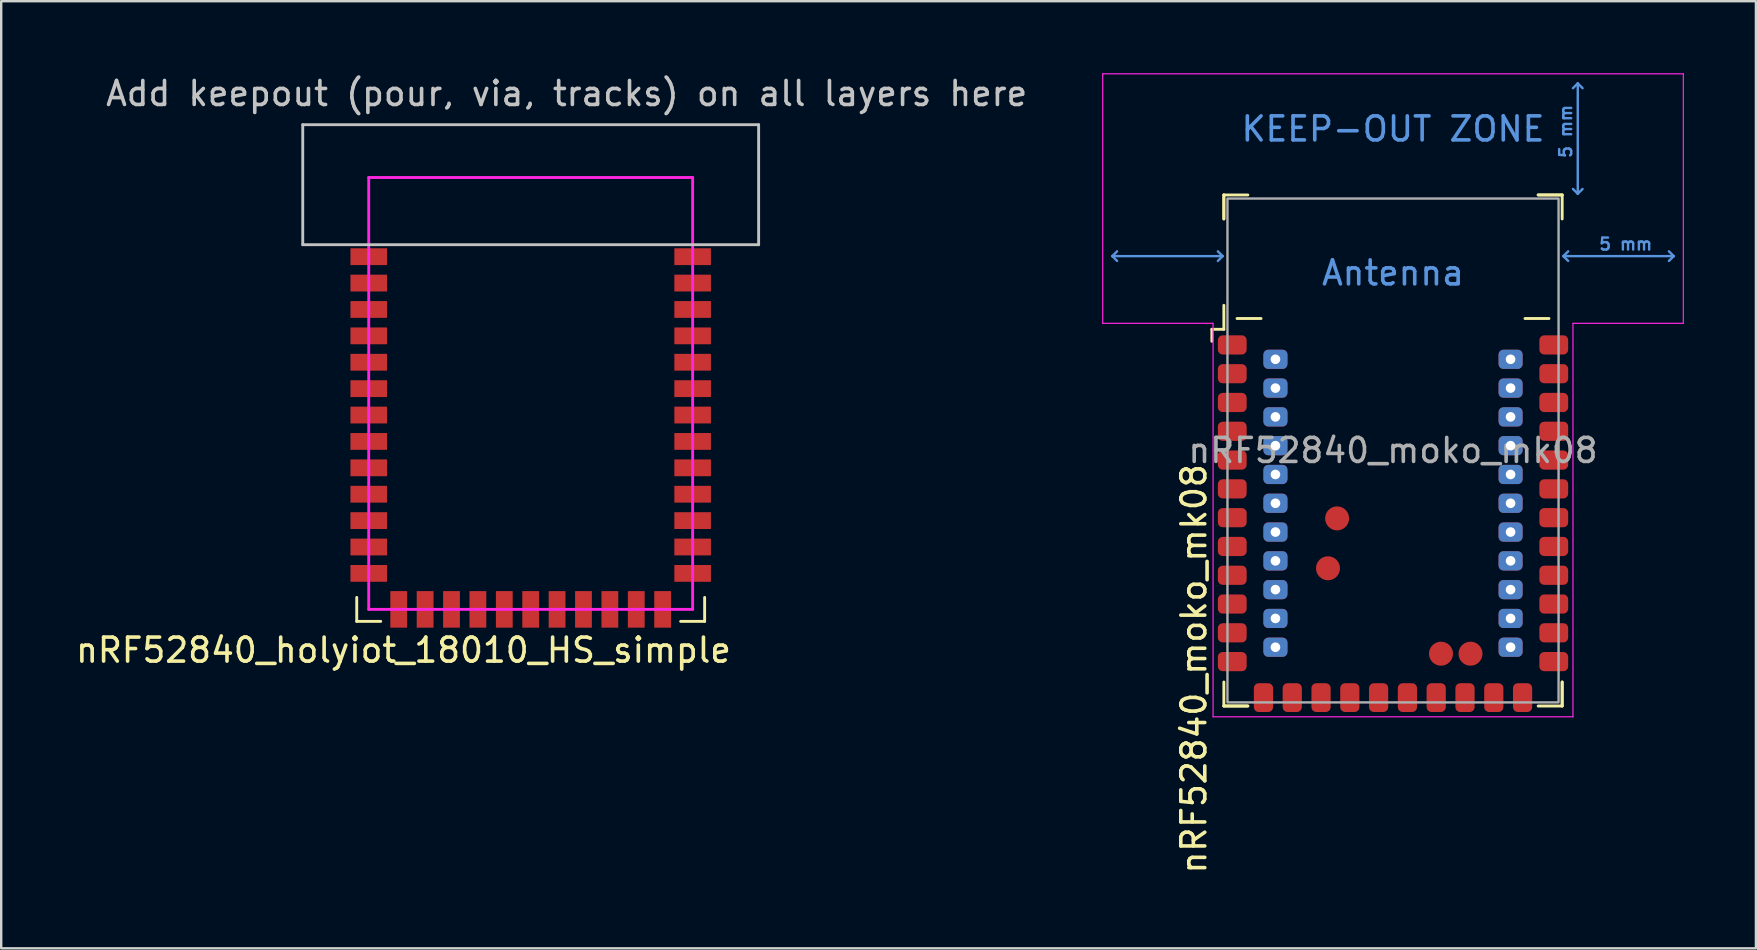
<source format=kicad_pcb>
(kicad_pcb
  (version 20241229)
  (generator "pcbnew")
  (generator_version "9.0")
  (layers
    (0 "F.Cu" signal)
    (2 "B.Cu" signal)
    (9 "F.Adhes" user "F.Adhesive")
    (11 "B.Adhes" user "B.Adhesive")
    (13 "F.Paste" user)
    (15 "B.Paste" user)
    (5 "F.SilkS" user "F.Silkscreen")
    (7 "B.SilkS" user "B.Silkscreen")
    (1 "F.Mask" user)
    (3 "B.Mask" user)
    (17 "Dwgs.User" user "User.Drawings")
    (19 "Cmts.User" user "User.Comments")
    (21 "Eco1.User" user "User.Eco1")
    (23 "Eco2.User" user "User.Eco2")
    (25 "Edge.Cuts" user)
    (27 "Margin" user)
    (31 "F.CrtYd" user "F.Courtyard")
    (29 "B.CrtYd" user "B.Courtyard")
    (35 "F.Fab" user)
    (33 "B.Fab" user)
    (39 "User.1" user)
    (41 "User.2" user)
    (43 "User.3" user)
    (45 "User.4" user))
  (footprint "nRF52840_moko_mk08"
    (layer "F.Cu")
    (at 55.008 15.725)
    (property "Reference" "nRF52840_moko_mk08" (at -8.3 9.1 90) (unlocked yes) (layer "F.SilkS") (effects (font (size 1 1) (thickness 0.15))))
    (attr smd)
    (fp_line (start -7.55 -5.05) (end -7.55 -4.55) (stroke (width 0.12) (type solid)) (layer "F.SilkS"))
    (fp_line (start -7.05 -10.65) (end -7.05 -9.65) (stroke (width 0.12) (type solid)) (layer "F.SilkS"))
    (fp_line (start -7.05 -10.65) (end -6.05 -10.65) (stroke (width 0.12) (type solid)) (layer "F.SilkS"))
    (fp_line (start -7.05 -9.65) (end -7.05 -10.65) (stroke (width 0.12) (type solid)) (layer "F.SilkS"))
    (fp_line (start -7.05 -5.05) (end -7.55 -5.05) (stroke (width 0.12) (type solid)) (layer "F.SilkS"))
    (fp_line (start -7.05 -5.05) (end -7.05 -6.05) (stroke (width 0.12) (type solid)) (layer "F.SilkS"))
    (fp_line (start -7.05 10.65) (end -7.05 9.65) (stroke (width 0.12) (type solid)) (layer "F.SilkS"))
    (fp_line (start -7.05 10.65) (end -6.05 10.65) (stroke (width 0.12) (type solid)) (layer "F.SilkS"))
    (fp_line (start -6.5 -5.5) (end -5.5 -5.5) (stroke (width 0.12) (type solid)) (layer "F.SilkS"))
    (fp_line (start -6.05 10.65) (end -7.05 10.65) (stroke (width 0.12) (type solid)) (layer "F.SilkS"))
    (fp_line (start 6.05 -10.65) (end 7.05 -10.65) (stroke (width 0.12) (type solid)) (layer "F.SilkS"))
    (fp_line (start 6.5 -5.5) (end 5.5 -5.5) (stroke (width 0.12) (type solid)) (layer "F.SilkS"))
    (fp_line (start 7.05 -10.65) (end 6.05 -10.65) (stroke (width 0.12) (type solid)) (layer "F.SilkS"))
    (fp_line (start 7.05 -10.65) (end 7.05 -9.65) (stroke (width 0.12) (type solid)) (layer "F.SilkS"))
    (fp_line (start 7.05 9.65) (end 7.05 10.65) (stroke (width 0.12) (type solid)) (layer "F.SilkS"))
    (fp_line (start 7.05 10.65) (end 6.05 10.65) (stroke (width 0.12) (type solid)) (layer "F.SilkS"))
    (fp_line (start 7.05 10.65) (end 7.05 9.65) (stroke (width 0.12) (type solid)) (layer "F.SilkS"))
    (fp_line (start -11.7 -8.1) (end -11.5 -8.3) (stroke (width 0.1) (type solid)) (layer "Cmts.User"))
    (fp_line (start -11.7 -8.1) (end -11.5 -7.9) (stroke (width 0.1) (type solid)) (layer "Cmts.User"))
    (fp_line (start -11.7 -8.1) (end -7.1 -8.1) (stroke (width 0.1) (type solid)) (layer "Cmts.User"))
    (fp_line (start -7.1 -8.1) (end -7.3 -8.3) (stroke (width 0.1) (type solid)) (layer "Cmts.User"))
    (fp_line (start -7.1 -8.1) (end -7.3 -7.9) (stroke (width 0.1) (type solid)) (layer "Cmts.User"))
    (fp_line (start 7.1 -8.1) (end 7.3 -8.3) (stroke (width 0.1) (type solid)) (layer "Cmts.User"))
    (fp_line (start 7.1 -8.1) (end 7.3 -7.9) (stroke (width 0.1) (type solid)) (layer "Cmts.User"))
    (fp_line (start 7.1 -8.1) (end 11.7 -8.1) (stroke (width 0.1) (type solid)) (layer "Cmts.User"))
    (fp_line (start 7.7 -15.3) (end 7.5 -15.1) (stroke (width 0.1) (type solid)) (layer "Cmts.User"))
    (fp_line (start 7.7 -15.3) (end 7.9 -15.1) (stroke (width 0.1) (type solid)) (layer "Cmts.User"))
    (fp_line (start 7.7 -10.7) (end 7.5 -10.9) (stroke (width 0.1) (type solid)) (layer "Cmts.User"))
    (fp_line (start 7.7 -10.7) (end 7.7 -15.3) (stroke (width 0.1) (type solid)) (layer "Cmts.User"))
    (fp_line (start 7.7 -10.7) (end 7.9 -10.9) (stroke (width 0.1) (type solid)) (layer "Cmts.User"))
    (fp_line (start 11.7 -8.1) (end 11.5 -8.3) (stroke (width 0.1) (type solid)) (layer "Cmts.User"))
    (fp_line (start 11.7 -8.1) (end 11.5 -7.9) (stroke (width 0.1) (type solid)) (layer "Cmts.User"))
    (fp_line (start -12.1 -15.7) (end -12.1 -5.3) (stroke (width 0.05) (type solid)) (layer "F.CrtYd"))
    (fp_line (start -12.1 -5.3) (end -7.5 -5.3) (stroke (width 0.05) (type solid)) (layer "F.CrtYd"))
    (fp_line (start -7.5 -5.3) (end -7.5 11.1) (stroke (width 0.05) (type solid)) (layer "F.CrtYd"))
    (fp_line (start -7.5 11.1) (end 7.5 11.1) (stroke (width 0.05) (type solid)) (layer "F.CrtYd"))
    (fp_line (start 7.5 -5.3) (end 12.1 -5.3) (stroke (width 0.05) (type solid)) (layer "F.CrtYd"))
    (fp_line (start 7.5 11.1) (end 7.5 -5.3) (stroke (width 0.05) (type solid)) (layer "F.CrtYd"))
    (fp_line (start 12.1 -15.7) (end -12.1 -15.7) (stroke (width 0.05) (type solid)) (layer "F.CrtYd"))
    (fp_line (start 12.1 -5.3) (end 12.1 -15.7) (stroke (width 0.05) (type solid)) (layer "F.CrtYd"))
    (fp_rect (start -6.9 -10.5) (end 6.9 10.5) (stroke (width 0.1) (type solid)) (fill no) (layer "F.Fab"))
    (fp_text user "KEEP-OUT ZONE" (at 0 -13.4 0) (layer "Cmts.User") (effects (font (size 1 1) (thickness 0.15))))
    (fp_text user "5 mm" (at 7.2 -13.3 90) (layer "Cmts.User") (effects (font (size 0.5 0.5) (thickness 0.1))))
    (fp_text user "Antenna" (at 0 -7.4 0) (layer "Cmts.User") (effects (font (size 1 1) (thickness 0.15))))
    (fp_text user "5 mm" (at 9.7 -8.6 0) (layer "Cmts.User") (effects (font (size 0.5 0.5) (thickness 0.1))))
    (fp_text user "${REFERENCE}" (at 0 0 0) (unlocked yes) (layer "F.Fab") (effects (font (size 1 1) (thickness 0.15))))
    (pad "1" smd roundrect (at -6.7 -4.4) (size 1.2 0.8) (layers "F.Cu" "F.Mask" "F.Paste") (roundrect_rratio 0.25))
    (pad "2" smd roundrect (at -6.7 -3.2) (size 1.2 0.8) (layers "F.Cu" "F.Mask" "F.Paste") (roundrect_rratio 0.25))
    (pad "3" smd roundrect (at -6.7 -2) (size 1.2 0.8) (layers "F.Cu" "F.Mask" "F.Paste") (roundrect_rratio 0.25))
    (pad "4" smd roundrect (at -6.7 -0.8) (size 1.2 0.8) (layers "F.Cu" "F.Mask" "F.Paste") (roundrect_rratio 0.25))
    (pad "5" smd roundrect (at -6.7 0.4) (size 1.2 0.8) (layers "F.Cu" "F.Mask" "F.Paste") (roundrect_rratio 0.25))
    (pad "6" smd roundrect (at -6.7 1.6) (size 1.2 0.8) (layers "F.Cu" "F.Mask" "F.Paste") (roundrect_rratio 0.25))
    (pad "7" smd roundrect (at -6.7 2.8) (size 1.2 0.8) (layers "F.Cu" "F.Mask" "F.Paste") (roundrect_rratio 0.25))
    (pad "8" smd roundrect (at -6.7 4) (size 1.2 0.8) (layers "F.Cu" "F.Mask" "F.Paste") (roundrect_rratio 0.25))
    (pad "9" smd roundrect (at -6.7 5.2) (size 1.2 0.8) (layers "F.Cu" "F.Mask" "F.Paste") (roundrect_rratio 0.25))
    (pad "10" smd roundrect (at -6.7 6.4) (size 1.2 0.8) (layers "F.Cu" "F.Mask" "F.Paste") (roundrect_rratio 0.25))
    (pad "11" smd roundrect (at -6.7 7.6) (size 1.2 0.8) (layers "F.Cu" "F.Mask" "F.Paste") (roundrect_rratio 0.25))
    (pad "12" smd roundrect (at -6.7 8.8) (size 1.2 0.8) (layers "F.Cu" "F.Mask" "F.Paste") (roundrect_rratio 0.25))
    (pad "13" smd roundrect (at -5.4 10.3 90) (size 1.2 0.8) (layers "F.Cu" "F.Mask" "F.Paste") (roundrect_rratio 0.25))
    (pad "14" smd roundrect (at -4.2 10.3 90) (size 1.2 0.8) (layers "F.Cu" "F.Mask" "F.Paste") (roundrect_rratio 0.25))
    (pad "15" smd roundrect (at -3 10.3 90) (size 1.2 0.8) (layers "F.Cu" "F.Mask" "F.Paste") (roundrect_rratio 0.25))
    (pad "16" smd roundrect (at -1.8 10.3 90) (size 1.2 0.8) (layers "F.Cu" "F.Mask" "F.Paste") (roundrect_rratio 0.25))
    (pad "17" smd roundrect (at -0.6 10.3 90) (size 1.2 0.8) (layers "F.Cu" "F.Mask" "F.Paste") (roundrect_rratio 0.25))
    (pad "18" smd roundrect (at 0.6 10.3 90) (size 1.2 0.8) (layers "F.Cu" "F.Mask" "F.Paste") (roundrect_rratio 0.25))
    (pad "19" smd roundrect (at 1.8 10.3 90) (size 1.2 0.8) (layers "F.Cu" "F.Mask" "F.Paste") (roundrect_rratio 0.25))
    (pad "20" smd roundrect (at 3 10.3 90) (size 1.2 0.8) (layers "F.Cu" "F.Mask" "F.Paste") (roundrect_rratio 0.25))
    (pad "21" smd roundrect (at 4.2 10.3 90) (size 1.2 0.8) (layers "F.Cu" "F.Mask" "F.Paste") (roundrect_rratio 0.25))
    (pad "22" smd roundrect (at 5.4 10.3 90) (size 1.2 0.8) (layers "F.Cu" "F.Mask" "F.Paste") (roundrect_rratio 0.25))
    (pad "23" smd roundrect (at 6.7 8.8 180) (size 1.2 0.8) (layers "F.Cu" "F.Mask" "F.Paste") (roundrect_rratio 0.25))
    (pad "24" smd roundrect (at 6.7 7.6 180) (size 1.2 0.8) (layers "F.Cu" "F.Mask" "F.Paste") (roundrect_rratio 0.25))
    (pad "25" smd roundrect (at 6.7 6.4 180) (size 1.2 0.8) (layers "F.Cu" "F.Mask" "F.Paste") (roundrect_rratio 0.25))
    (pad "26" smd roundrect (at 6.7 5.2 180) (size 1.2 0.8) (layers "F.Cu" "F.Mask" "F.Paste") (roundrect_rratio 0.25))
    (pad "27" smd roundrect (at 6.7 4 180) (size 1.2 0.8) (layers "F.Cu" "F.Mask" "F.Paste") (roundrect_rratio 0.25))
    (pad "28" smd roundrect (at 6.7 2.8 180) (size 1.2 0.8) (layers "F.Cu" "F.Mask" "F.Paste") (roundrect_rratio 0.25))
    (pad "29" smd roundrect (at 6.7 1.6 180) (size 1.2 0.8) (layers "F.Cu" "F.Mask" "F.Paste") (roundrect_rratio 0.25))
    (pad "30" smd roundrect (at 6.7 0.4 180) (size 1.2 0.8) (layers "F.Cu" "F.Mask" "F.Paste") (roundrect_rratio 0.25))
    (pad "31" smd roundrect (at 6.7 -0.8 180) (size 1.2 0.8) (layers "F.Cu" "F.Mask" "F.Paste") (roundrect_rratio 0.25))
    (pad "32" smd roundrect (at 6.7 -2 180) (size 1.2 0.8) (layers "F.Cu" "F.Mask" "F.Paste") (roundrect_rratio 0.25))
    (pad "33" smd roundrect (at 6.7 -3.2 180) (size 1.2 0.8) (layers "F.Cu" "F.Mask" "F.Paste") (roundrect_rratio 0.25))
    (pad "34" smd roundrect (at 6.7 -4.4 180) (size 1.2 0.8) (layers "F.Cu" "F.Mask" "F.Paste") (roundrect_rratio 0.25))
    (pad "35" thru_hole roundrect (at -4.9 -3.8 180) (size 1 0.8) (drill 0.4) (layers "*.Cu" "*.Mask" "F.Paste") (roundrect_rratio 0.25))
    (pad "36" thru_hole roundrect (at -4.9 -2.6 180) (size 1 0.8) (drill 0.4) (layers "*.Cu" "*.Mask" "F.Paste") (roundrect_rratio 0.25))
    (pad "37" thru_hole roundrect (at -4.9 -1.4 180) (size 1 0.8) (drill 0.4) (layers "*.Cu" "*.Mask" "F.Paste") (roundrect_rratio 0.25))
    (pad "38" thru_hole roundrect (at -4.9 -0.2 180) (size 1 0.8) (drill 0.4) (layers "*.Cu" "*.Mask" "F.Paste") (roundrect_rratio 0.25))
    (pad "39" thru_hole roundrect (at -4.9 1 180) (size 1 0.8) (drill 0.4) (layers "*.Cu" "*.Mask" "F.Paste") (roundrect_rratio 0.25))
    (pad "40" thru_hole roundrect (at -4.9 2.2 180) (size 1 0.8) (drill 0.4) (layers "*.Cu" "*.Mask" "F.Paste") (roundrect_rratio 0.25))
    (pad "41" thru_hole roundrect (at -4.9 3.4 180) (size 1 0.8) (drill 0.4) (layers "*.Cu" "*.Mask" "F.Paste") (roundrect_rratio 0.25))
    (pad "42" thru_hole roundrect (at -4.9 4.6 180) (size 1 0.8) (drill 0.4) (layers "*.Cu" "*.Mask" "F.Paste") (roundrect_rratio 0.25))
    (pad "43" thru_hole roundrect (at -4.9 5.8 180) (size 1 0.8) (drill 0.4) (layers "*.Cu" "*.Mask" "F.Paste") (roundrect_rratio 0.25))
    (pad "44" thru_hole roundrect (at -4.9 7 180) (size 1 0.8) (drill 0.4) (layers "*.Cu" "*.Mask" "F.Paste") (roundrect_rratio 0.25))
    (pad "45" thru_hole roundrect (at -4.9 8.2 180) (size 1 0.8) (drill 0.4) (layers "*.Cu" "*.Mask" "F.Paste") (roundrect_rratio 0.25))
    (pad "46" thru_hole roundrect (at 4.9 8.2 180) (size 1 0.8) (drill 0.4) (layers "*.Cu" "*.Mask" "F.Paste") (roundrect_rratio 0.25))
    (pad "47" thru_hole roundrect (at 4.9 7 180) (size 1 0.8) (drill 0.4) (layers "*.Cu" "*.Mask" "F.Paste") (roundrect_rratio 0.25))
    (pad "48" thru_hole roundrect (at 4.9 5.8 180) (size 1 0.8) (drill 0.4) (layers "*.Cu" "*.Mask" "F.Paste") (roundrect_rratio 0.25))
    (pad "49" thru_hole roundrect (at 4.9 4.6 180) (size 1 0.8) (drill 0.4) (layers "*.Cu" "*.Mask" "F.Paste") (roundrect_rratio 0.25))
    (pad "50" thru_hole roundrect (at 4.9 3.4 180) (size 1 0.8) (drill 0.4) (layers "*.Cu" "*.Mask" "F.Paste") (roundrect_rratio 0.25))
    (pad "51" thru_hole roundrect (at 4.9 2.2 180) (size 1 0.8) (drill 0.4) (layers "*.Cu" "*.Mask" "F.Paste") (roundrect_rratio 0.25))
    (pad "52" thru_hole roundrect (at 4.9 1 180) (size 1 0.8) (drill 0.4) (layers "*.Cu" "*.Mask" "F.Paste") (roundrect_rratio 0.25))
    (pad "53" thru_hole roundrect (at 4.9 -0.2 180) (size 1 0.8) (drill 0.4) (layers "*.Cu" "*.Mask" "F.Paste") (roundrect_rratio 0.25))
    (pad "54" thru_hole roundrect (at 4.9 -1.4 180) (size 1 0.8) (drill 0.4) (layers "*.Cu" "*.Mask" "F.Paste") (roundrect_rratio 0.25))
    (pad "55" thru_hole roundrect (at 4.9 -2.6 180) (size 1 0.8) (drill 0.4) (layers "*.Cu" "*.Mask" "F.Paste") (roundrect_rratio 0.25))
    (pad "56" thru_hole roundrect (at 4.9 -3.8 180) (size 1 0.8) (drill 0.4) (layers "*.Cu" "*.Mask" "F.Paste") (roundrect_rratio 0.25))
    (pad "57" smd circle (at -2.33 2.83 180) (size 1 1) (layers "F.Cu" "F.Mask" "F.Paste"))
    (pad "MP" smd circle (at -2.71 4.91 180) (size 1 1) (layers "F.Cu" "F.Mask" "F.Paste"))
    (pad "MP" smd circle (at 2 8.47 180) (size 1 1) (layers "F.Cu" "F.Mask" "F.Paste"))
    (pad "MP" smd circle (at 3.23 8.47 180) (size 1 1) (layers "F.Cu" "F.Mask" "F.Paste"))
    (zone (net_name "") (layers "F.Cu" "B.Cu" "F.CrtYd") (hatch full 0.508) (connect_pads) (min_thickness 0.254) (filled_areas_thickness no) (keepout (tracks not_allowed) (vias not_allowed) (pads not_allowed) (copperpour not_allowed) (footprints allowed)) (placement (enabled no)) (fill) (polygon (pts (xy 66.908 10.225) (xy 43.108 10.225) (xy 43.108 0.225) (xy 66.908 0.225)))))
  (footprint "nRF52840_holyiot_18010_HS_simple"
    (layer "F.Cu")
    (at 19.068 13.348)
    (property "Reference" "nRF52840_holyiot_18010_HS_simple" (at -5.3 10.7 0) (layer "F.SilkS") (effects (font (size 1 1) (thickness 0.15))))
    (attr smd)
    (fp_line (start -7.25 8.5) (end -7.25 9.5) (stroke (width 0.12) (type solid)) (layer "F.SilkS"))
    (fp_line (start -6.25 9.5) (end -7.25 9.5) (stroke (width 0.12) (type solid)) (layer "F.SilkS"))
    (fp_line (start 6.25 9.5) (end 7.25 9.5) (stroke (width 0.12) (type solid)) (layer "F.SilkS"))
    (fp_line (start 7.25 8.5) (end 7.25 9.5) (stroke (width 0.12) (type solid)) (layer "F.SilkS"))
    (fp_line (start -9.5 -11.2) (end 9.5 -11.2) (stroke (width 0.12) (type solid)) (layer "Dwgs.User"))
    (fp_line (start -9.5 -6.2) (end -9.5 -11.2) (stroke (width 0.12) (type solid)) (layer "Dwgs.User"))
    (fp_line (start 9.5 -11.2) (end 9.5 -6.2) (stroke (width 0.12) (type solid)) (layer "Dwgs.User"))
    (fp_line (start 9.5 -6.2) (end -9.5 -6.2) (stroke (width 0.12) (type solid)) (layer "Dwgs.User"))
    (fp_line (start -6.75 -9) (end 6.75 -9) (stroke (width 0.12) (type solid)) (layer "F.CrtYd"))
    (fp_line (start -6.75 9) (end -6.75 -9) (stroke (width 0.12) (type solid)) (layer "F.CrtYd"))
    (fp_line (start 6.75 -9) (end 6.75 9) (stroke (width 0.12) (type solid)) (layer "F.CrtYd"))
    (fp_line (start 6.75 9) (end -6.75 9) (stroke (width 0.12) (type solid)) (layer "F.CrtYd"))
    (fp_text user "Add keepout (pour, via, tracks) on all layers here" (at 1.5 -12.5 0) (layer "Dwgs.User") (effects (font (size 1 1) (thickness 0.15))))
    (pad "1" smd rect (at -6.75 -5.7) (size 1.524 0.7) (layers "F.Cu" "F.Mask" "F.Paste"))
    (pad "2" smd rect (at -6.75 -4.6) (size 1.524 0.7) (layers "F.Cu" "F.Mask" "F.Paste"))
    (pad "3" smd rect (at -6.75 -3.5) (size 1.524 0.7) (layers "F.Cu" "F.Mask" "F.Paste"))
    (pad "4" smd rect (at -6.75 -2.4) (size 1.524 0.7) (layers "F.Cu" "F.Mask" "F.Paste"))
    (pad "5" smd rect (at -6.75 -1.3) (size 1.524 0.7) (layers "F.Cu" "F.Mask" "F.Paste"))
    (pad "6" smd rect (at -6.75 -0.2) (size 1.524 0.7) (layers "F.Cu" "F.Mask" "F.Paste"))
    (pad "7" smd rect (at -6.75 0.9) (size 1.524 0.7) (layers "F.Cu" "F.Mask" "F.Paste"))
    (pad "8" smd rect (at -6.75 2) (size 1.524 0.7) (layers "F.Cu" "F.Mask" "F.Paste"))
    (pad "9" smd rect (at -6.75 3.1) (size 1.524 0.7) (layers "F.Cu" "F.Mask" "F.Paste"))
    (pad "10" smd rect (at -6.75 4.2) (size 1.524 0.7) (layers "F.Cu" "F.Mask" "F.Paste"))
    (pad "11" smd rect (at -6.75 5.3) (size 1.524 0.7) (layers "F.Cu" "F.Mask" "F.Paste"))
    (pad "12" smd rect (at -6.75 6.4) (size 1.524 0.7) (layers "F.Cu" "F.Mask" "F.Paste"))
    (pad "13" smd rect (at -6.75 7.5) (size 1.524 0.7) (layers "F.Cu" "F.Mask" "F.Paste"))
    (pad "14" smd rect (at -5.5 9 90) (size 1.524 0.7) (layers "F.Cu" "F.Mask" "F.Paste"))
    (pad "15" smd rect (at -4.4 9 90) (size 1.524 0.7) (layers "F.Cu" "F.Mask" "F.Paste"))
    (pad "16" smd rect (at -3.3 9 90) (size 1.524 0.7) (layers "F.Cu" "F.Mask" "F.Paste"))
    (pad "17" smd rect (at -2.2 9 90) (size 1.524 0.7) (layers "F.Cu" "F.Mask" "F.Paste"))
    (pad "18" smd rect (at -1.1 9 90) (size 1.524 0.7) (layers "F.Cu" "F.Mask" "F.Paste"))
    (pad "19" smd rect (at 0 9 90) (size 1.524 0.7) (layers "F.Cu" "F.Mask" "F.Paste"))
    (pad "20" smd rect (at 1.1 9 90) (size 1.524 0.7) (layers "F.Cu" "F.Mask" "F.Paste"))
    (pad "21" smd rect (at 2.2 9 90) (size 1.524 0.7) (layers "F.Cu" "F.Mask" "F.Paste"))
    (pad "22" smd rect (at 3.3 9 90) (size 1.524 0.7) (layers "F.Cu" "F.Mask" "F.Paste"))
    (pad "23" smd rect (at 4.4 9 90) (size 1.524 0.7) (layers "F.Cu" "F.Mask" "F.Paste"))
    (pad "24" smd rect (at 5.5 9 90) (size 1.524 0.7) (layers "F.Cu" "F.Mask" "F.Paste"))
    (pad "25" smd rect (at 6.75 7.5 180) (size 1.524 0.7) (layers "F.Cu" "F.Mask" "F.Paste"))
    (pad "26" smd rect (at 6.75 6.4 180) (size 1.524 0.7) (layers "F.Cu" "F.Mask" "F.Paste"))
    (pad "27" smd rect (at 6.75 5.3 180) (size 1.524 0.7) (layers "F.Cu" "F.Mask" "F.Paste"))
    (pad "28" smd rect (at 6.75 4.2 180) (size 1.524 0.7) (layers "F.Cu" "F.Mask" "F.Paste"))
    (pad "29" smd rect (at 6.75 3.1 180) (size 1.524 0.7) (layers "F.Cu" "F.Mask" "F.Paste"))
    (pad "30" smd rect (at 6.75 2 180) (size 1.524 0.7) (layers "F.Cu" "F.Mask" "F.Paste"))
    (pad "31" smd rect (at 6.75 0.9 180) (size 1.524 0.7) (layers "F.Cu" "F.Mask" "F.Paste"))
    (pad "32" smd rect (at 6.75 -0.2 180) (size 1.524 0.7) (layers "F.Cu" "F.Mask" "F.Paste"))
    (pad "33" smd rect (at 6.75 -1.3 180) (size 1.524 0.7) (layers "F.Cu" "F.Mask" "F.Paste"))
    (pad "34" smd rect (at 6.75 -2.4 180) (size 1.524 0.7) (layers "F.Cu" "F.Mask" "F.Paste"))
    (pad "35" smd rect (at 6.75 -3.5 180) (size 1.524 0.7) (layers "F.Cu" "F.Mask" "F.Paste"))
    (pad "36" smd rect (at 6.75 -4.6 180) (size 1.524 0.7) (layers "F.Cu" "F.Mask" "F.Paste"))
    (pad "37" smd rect (at 6.75 -5.7 180) (size 1.524 0.7) (layers "F.Cu" "F.Mask" "F.Paste")))
  (gr_rect
    (start -3 -3)
    (end 70.133 36.474)
    (stroke (width 0.1) (type default))
    (fill no)
    (layer "Edge.Cuts")))
</source>
